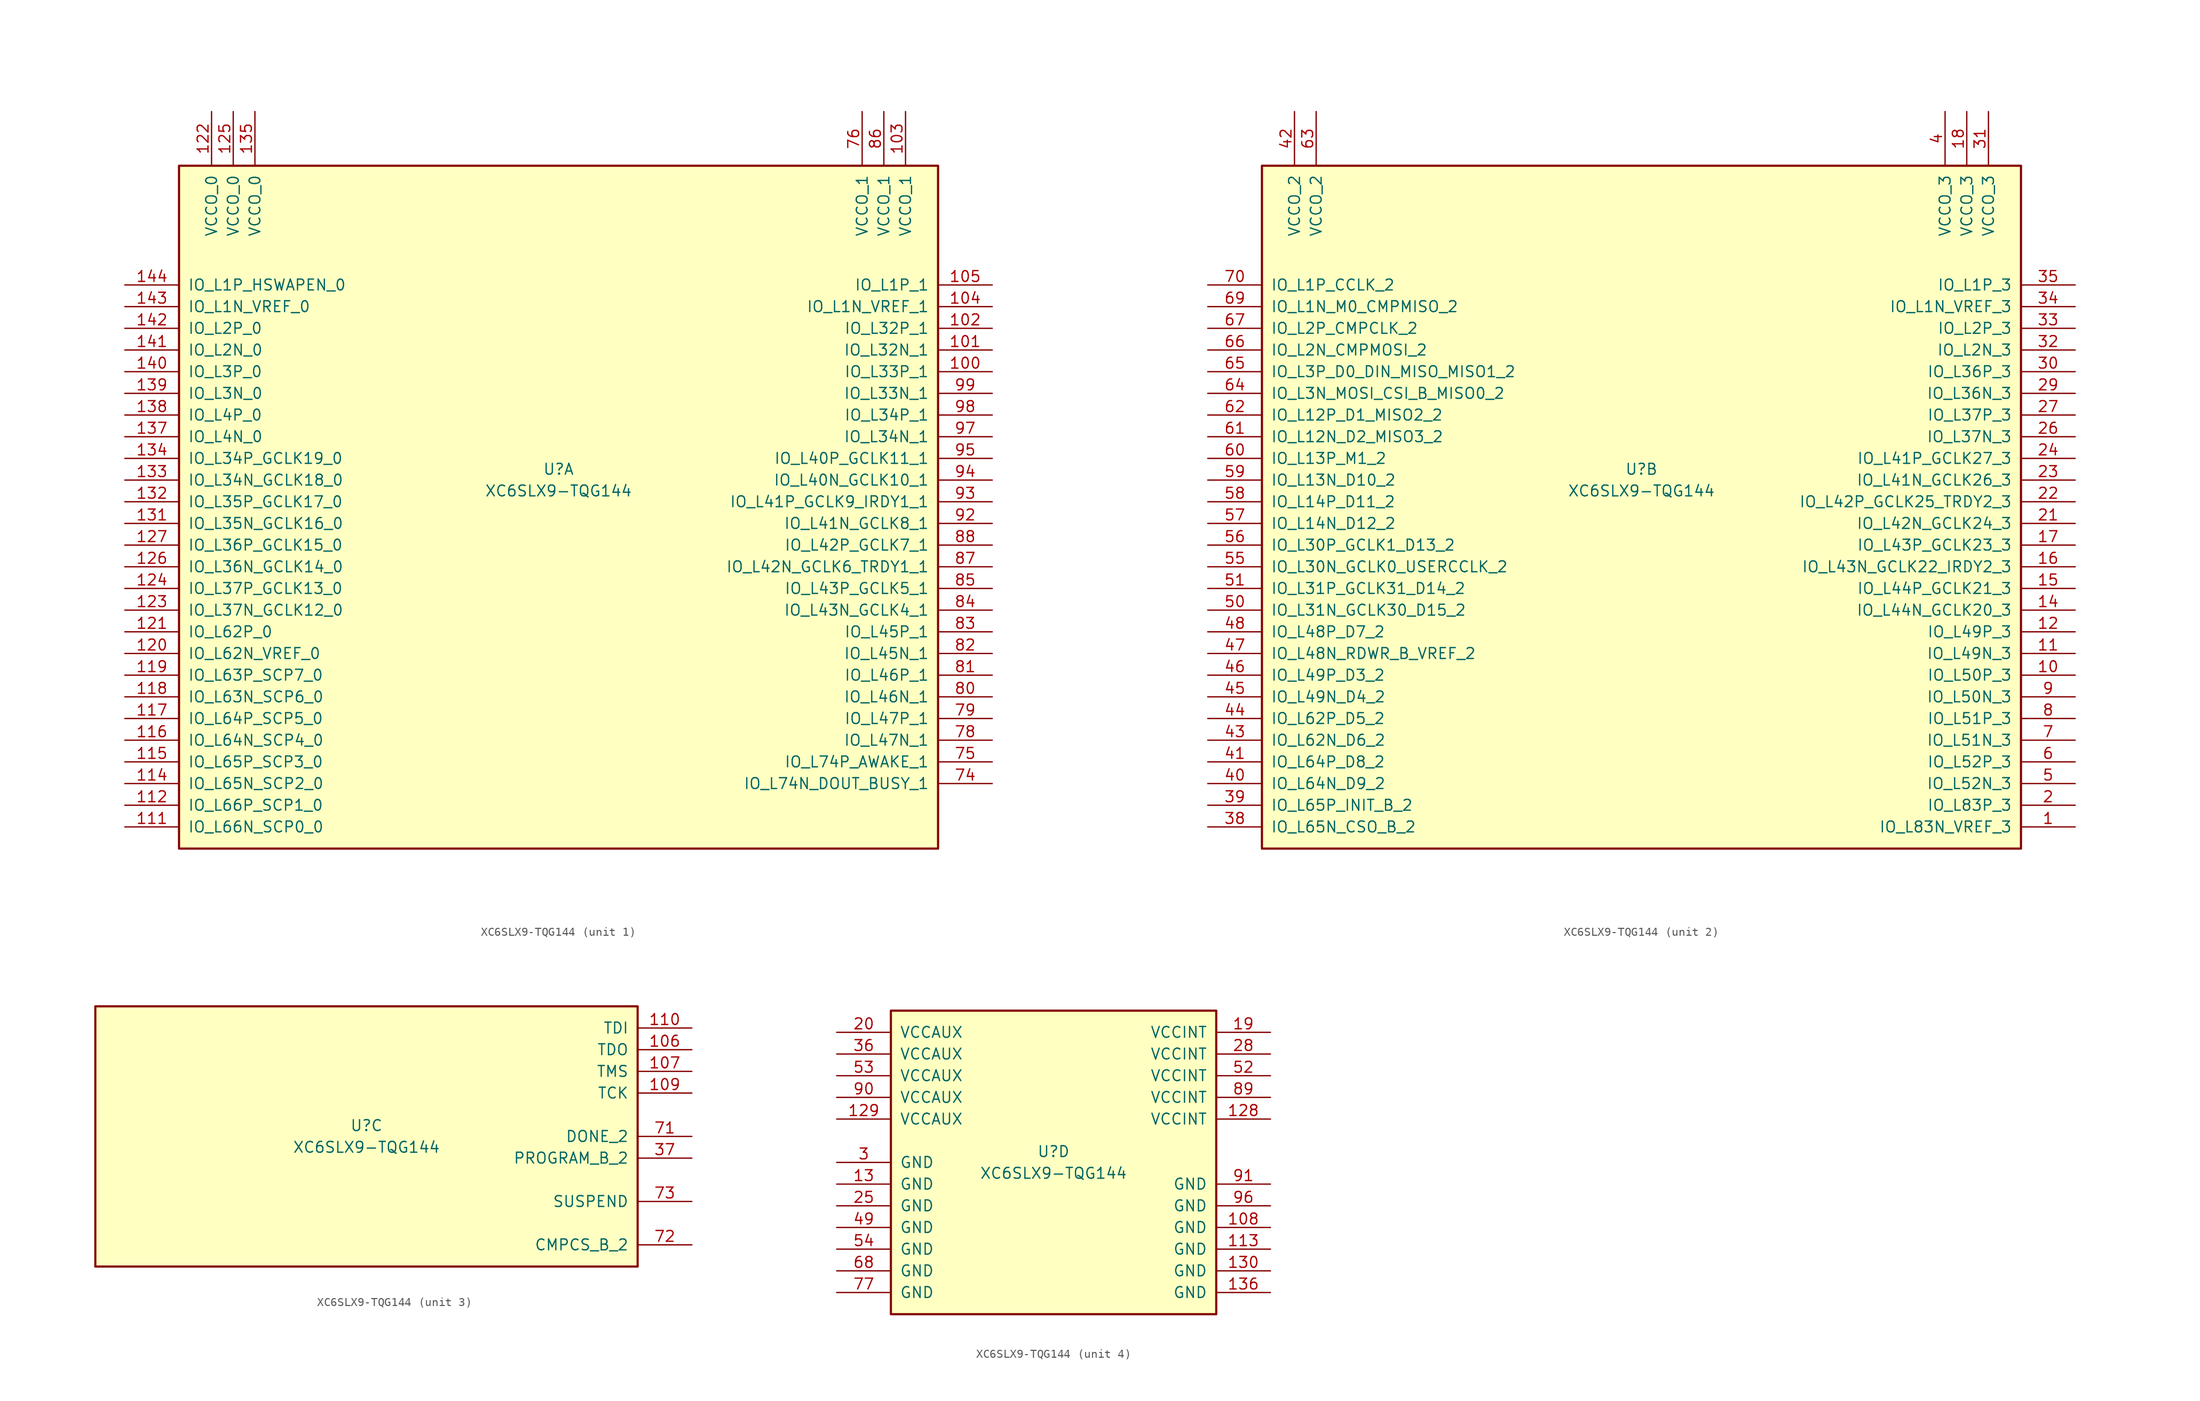
<source format=kicad_sym>
(kicad_symbol_lib
  (version 20201005)
  (generator kicad_symbol_editor)
  (symbol "XC6SLX9-TQG144"
    (pin_names
      (offset 1.016))
    (property "Reference" "U"
      (at 0 1.27 0)
      (effects (font (size 1.27 1.27))))
    (property "Value" "XC6SLX9-TQG144"
      (at 0 -1.27 0)
      (effects (font (size 1.27 1.27))))
    (property "Datasheet" ""
      (at 0 0 0)
      (effects (font (size 1.27 1.27))))
    (property "ki_locked" ""
      (at 0 0 0)
      (effects (font (size 1.27 1.27))))
    (symbol "XC6SLX9-TQG144_1_1"
      (rectangle (start -44.45 36.83) (end 44.45 -43.18) (stroke (width 0.254)) (fill (type background)))
      (pin power_in line (at -40.64 43.18 270) (length 6.35) (name "VCCO_0" (effects (font (size 1.27 1.27)))) (number "122" (effects (font (size 1.27 1.27)))))
      (pin power_in line (at -38.1 43.18 270) (length 6.35) (name "VCCO_0" (effects (font (size 1.27 1.27)))) (number "125" (effects (font (size 1.27 1.27)))))
      (pin power_in line (at -35.56 43.18 270) (length 6.35) (name "VCCO_0" (effects (font (size 1.27 1.27)))) (number "135" (effects (font (size 1.27 1.27)))))
      (pin bidirectional line (at -50.8 22.86 0) (length 6.35) (name "IO_L1P_HSWAPEN_0" (effects (font (size 1.27 1.27)))) (number "144" (effects (font (size 1.27 1.27)))))
      (pin bidirectional line (at -50.8 20.32 0) (length 6.35) (name "IO_L1N_VREF_0" (effects (font (size 1.27 1.27)))) (number "143" (effects (font (size 1.27 1.27)))))
      (pin bidirectional line (at -50.8 17.78 0) (length 6.35) (name "IO_L2P_0" (effects (font (size 1.27 1.27)))) (number "142" (effects (font (size 1.27 1.27)))))
      (pin bidirectional line (at -50.8 15.24 0) (length 6.35) (name "IO_L2N_0" (effects (font (size 1.27 1.27)))) (number "141" (effects (font (size 1.27 1.27)))))
      (pin bidirectional line (at -50.8 12.7 0) (length 6.35) (name "IO_L3P_0" (effects (font (size 1.27 1.27)))) (number "140" (effects (font (size 1.27 1.27)))))
      (pin bidirectional line (at -50.8 10.16 0) (length 6.35) (name "IO_L3N_0" (effects (font (size 1.27 1.27)))) (number "139" (effects (font (size 1.27 1.27)))))
      (pin bidirectional line (at -50.8 7.62 0) (length 6.35) (name "IO_L4P_0" (effects (font (size 1.27 1.27)))) (number "138" (effects (font (size 1.27 1.27)))))
      (pin bidirectional line (at -50.8 5.08 0) (length 6.35) (name "IO_L4N_0" (effects (font (size 1.27 1.27)))) (number "137" (effects (font (size 1.27 1.27)))))
      (pin bidirectional line (at -50.8 2.54 0) (length 6.35) (name "IO_L34P_GCLK19_0" (effects (font (size 1.27 1.27)))) (number "134" (effects (font (size 1.27 1.27)))))
      (pin bidirectional line (at -50.8 0 0) (length 6.35) (name "IO_L34N_GCLK18_0" (effects (font (size 1.27 1.27)))) (number "133" (effects (font (size 1.27 1.27)))))
      (pin bidirectional line (at -50.8 -2.54 0) (length 6.35) (name "IO_L35P_GCLK17_0" (effects (font (size 1.27 1.27)))) (number "132" (effects (font (size 1.27 1.27)))))
      (pin bidirectional line (at -50.8 -5.08 0) (length 6.35) (name "IO_L35N_GCLK16_0" (effects (font (size 1.27 1.27)))) (number "131" (effects (font (size 1.27 1.27)))))
      (pin bidirectional line (at -50.8 -7.62 0) (length 6.35) (name "IO_L36P_GCLK15_0" (effects (font (size 1.27 1.27)))) (number "127" (effects (font (size 1.27 1.27)))))
      (pin bidirectional line (at -50.8 -10.16 0) (length 6.35) (name "IO_L36N_GCLK14_0" (effects (font (size 1.27 1.27)))) (number "126" (effects (font (size 1.27 1.27)))))
      (pin bidirectional line (at -50.8 -12.7 0) (length 6.35) (name "IO_L37P_GCLK13_0" (effects (font (size 1.27 1.27)))) (number "124" (effects (font (size 1.27 1.27)))))
      (pin bidirectional line (at -50.8 -15.24 0) (length 6.35) (name "IO_L37N_GCLK12_0" (effects (font (size 1.27 1.27)))) (number "123" (effects (font (size 1.27 1.27)))))
      (pin bidirectional line (at -50.8 -17.78 0) (length 6.35) (name "IO_L62P_0" (effects (font (size 1.27 1.27)))) (number "121" (effects (font (size 1.27 1.27)))))
      (pin bidirectional line (at -50.8 -20.32 0) (length 6.35) (name "IO_L62N_VREF_0" (effects (font (size 1.27 1.27)))) (number "120" (effects (font (size 1.27 1.27)))))
      (pin bidirectional line (at -50.8 -22.86 0) (length 6.35) (name "IO_L63P_SCP7_0" (effects (font (size 1.27 1.27)))) (number "119" (effects (font (size 1.27 1.27)))))
      (pin bidirectional line (at -50.8 -25.4 0) (length 6.35) (name "IO_L63N_SCP6_0" (effects (font (size 1.27 1.27)))) (number "118" (effects (font (size 1.27 1.27)))))
      (pin bidirectional line (at -50.8 -27.94 0) (length 6.35) (name "IO_L64P_SCP5_0" (effects (font (size 1.27 1.27)))) (number "117" (effects (font (size 1.27 1.27)))))
      (pin bidirectional line (at -50.8 -30.48 0) (length 6.35) (name "IO_L64N_SCP4_0" (effects (font (size 1.27 1.27)))) (number "116" (effects (font (size 1.27 1.27)))))
      (pin bidirectional line (at -50.8 -33.02 0) (length 6.35) (name "IO_L65P_SCP3_0" (effects (font (size 1.27 1.27)))) (number "115" (effects (font (size 1.27 1.27)))))
      (pin bidirectional line (at -50.8 -35.56 0) (length 6.35) (name "IO_L65N_SCP2_0" (effects (font (size 1.27 1.27)))) (number "114" (effects (font (size 1.27 1.27)))))
      (pin bidirectional line (at -50.8 -38.1 0) (length 6.35) (name "IO_L66P_SCP1_0" (effects (font (size 1.27 1.27)))) (number "112" (effects (font (size 1.27 1.27)))))
      (pin bidirectional line (at -50.8 -40.64 0) (length 6.35) (name "IO_L66N_SCP0_0" (effects (font (size 1.27 1.27)))) (number "111" (effects (font (size 1.27 1.27)))))
      (pin power_in line (at 35.56 43.18 270) (length 6.35) (name "VCCO_1" (effects (font (size 1.27 1.27)))) (number "76" (effects (font (size 1.27 1.27)))))
      (pin power_in line (at 38.1 43.18 270) (length 6.35) (name "VCCO_1" (effects (font (size 1.27 1.27)))) (number "86" (effects (font (size 1.27 1.27)))))
      (pin power_in line (at 40.64 43.18 270) (length 6.35) (name "VCCO_1" (effects (font (size 1.27 1.27)))) (number "103" (effects (font (size 1.27 1.27)))))
      (pin bidirectional line (at 50.8 22.86 180) (length 6.35) (name "IO_L1P_1" (effects (font (size 1.27 1.27)))) (number "105" (effects (font (size 1.27 1.27)))))
      (pin bidirectional line (at 50.8 20.32 180) (length 6.35) (name "IO_L1N_VREF_1" (effects (font (size 1.27 1.27)))) (number "104" (effects (font (size 1.27 1.27)))))
      (pin bidirectional line (at 50.8 17.78 180) (length 6.35) (name "IO_L32P_1" (effects (font (size 1.27 1.27)))) (number "102" (effects (font (size 1.27 1.27)))))
      (pin bidirectional line (at 50.8 15.24 180) (length 6.35) (name "IO_L32N_1" (effects (font (size 1.27 1.27)))) (number "101" (effects (font (size 1.27 1.27)))))
      (pin bidirectional line (at 50.8 12.7 180) (length 6.35) (name "IO_L33P_1" (effects (font (size 1.27 1.27)))) (number "100" (effects (font (size 1.27 1.27)))))
      (pin bidirectional line (at 50.8 10.16 180) (length 6.35) (name "IO_L33N_1" (effects (font (size 1.27 1.27)))) (number "99" (effects (font (size 1.27 1.27)))))
      (pin bidirectional line (at 50.8 7.62 180) (length 6.35) (name "IO_L34P_1" (effects (font (size 1.27 1.27)))) (number "98" (effects (font (size 1.27 1.27)))))
      (pin bidirectional line (at 50.8 5.08 180) (length 6.35) (name "IO_L34N_1" (effects (font (size 1.27 1.27)))) (number "97" (effects (font (size 1.27 1.27)))))
      (pin bidirectional line (at 50.8 2.54 180) (length 6.35) (name "IO_L40P_GCLK11_1" (effects (font (size 1.27 1.27)))) (number "95" (effects (font (size 1.27 1.27)))))
      (pin bidirectional line (at 50.8 0 180) (length 6.35) (name "IO_L40N_GCLK10_1" (effects (font (size 1.27 1.27)))) (number "94" (effects (font (size 1.27 1.27)))))
      (pin bidirectional line (at 50.8 -2.54 180) (length 6.35) (name "IO_L41P_GCLK9_IRDY1_1" (effects (font (size 1.27 1.27)))) (number "93" (effects (font (size 1.27 1.27)))))
      (pin bidirectional line (at 50.8 -5.08 180) (length 6.35) (name "IO_L41N_GCLK8_1" (effects (font (size 1.27 1.27)))) (number "92" (effects (font (size 1.27 1.27)))))
      (pin bidirectional line (at 50.8 -7.62 180) (length 6.35) (name "IO_L42P_GCLK7_1" (effects (font (size 1.27 1.27)))) (number "88" (effects (font (size 1.27 1.27)))))
      (pin bidirectional line (at 50.8 -10.16 180) (length 6.35) (name "IO_L42N_GCLK6_TRDY1_1" (effects (font (size 1.27 1.27)))) (number "87" (effects (font (size 1.27 1.27)))))
      (pin bidirectional line (at 50.8 -12.7 180) (length 6.35) (name "IO_L43P_GCLK5_1" (effects (font (size 1.27 1.27)))) (number "85" (effects (font (size 1.27 1.27)))))
      (pin bidirectional line (at 50.8 -15.24 180) (length 6.35) (name "IO_L43N_GCLK4_1" (effects (font (size 1.27 1.27)))) (number "84" (effects (font (size 1.27 1.27)))))
      (pin bidirectional line (at 50.8 -17.78 180) (length 6.35) (name "IO_L45P_1" (effects (font (size 1.27 1.27)))) (number "83" (effects (font (size 1.27 1.27)))))
      (pin bidirectional line (at 50.8 -20.32 180) (length 6.35) (name "IO_L45N_1" (effects (font (size 1.27 1.27)))) (number "82" (effects (font (size 1.27 1.27)))))
      (pin bidirectional line (at 50.8 -22.86 180) (length 6.35) (name "IO_L46P_1" (effects (font (size 1.27 1.27)))) (number "81" (effects (font (size 1.27 1.27)))))
      (pin bidirectional line (at 50.8 -25.4 180) (length 6.35) (name "IO_L46N_1" (effects (font (size 1.27 1.27)))) (number "80" (effects (font (size 1.27 1.27)))))
      (pin bidirectional line (at 50.8 -27.94 180) (length 6.35) (name "IO_L47P_1" (effects (font (size 1.27 1.27)))) (number "79" (effects (font (size 1.27 1.27)))))
      (pin bidirectional line (at 50.8 -30.48 180) (length 6.35) (name "IO_L47N_1" (effects (font (size 1.27 1.27)))) (number "78" (effects (font (size 1.27 1.27)))))
      (pin bidirectional line (at 50.8 -33.02 180) (length 6.35) (name "IO_L74P_AWAKE_1" (effects (font (size 1.27 1.27)))) (number "75" (effects (font (size 1.27 1.27)))))
      (pin bidirectional line (at 50.8 -35.56 180) (length 6.35) (name "IO_L74N_DOUT_BUSY_1" (effects (font (size 1.27 1.27)))) (number "74" (effects (font (size 1.27 1.27))))))
    (symbol "XC6SLX9-TQG144_2_1"
      (rectangle (start -44.45 36.83) (end 44.45 -43.18) (stroke (width 0.254)) (fill (type background)))
      (pin power_in line (at -40.64 43.18 270) (length 6.35) (name "VCCO_2" (effects (font (size 1.27 1.27)))) (number "42" (effects (font (size 1.27 1.27)))))
      (pin power_in line (at -38.1 43.18 270) (length 6.35) (name "VCCO_2" (effects (font (size 1.27 1.27)))) (number "63" (effects (font (size 1.27 1.27)))))
      (pin bidirectional line (at -50.8 22.86 0) (length 6.35) (name "IO_L1P_CCLK_2" (effects (font (size 1.27 1.27)))) (number "70" (effects (font (size 1.27 1.27)))))
      (pin bidirectional line (at -50.8 20.32 0) (length 6.35) (name "IO_L1N_M0_CMPMISO_2" (effects (font (size 1.27 1.27)))) (number "69" (effects (font (size 1.27 1.27)))))
      (pin bidirectional line (at -50.8 17.78 0) (length 6.35) (name "IO_L2P_CMPCLK_2" (effects (font (size 1.27 1.27)))) (number "67" (effects (font (size 1.27 1.27)))))
      (pin bidirectional line (at -50.8 15.24 0) (length 6.35) (name "IO_L2N_CMPMOSI_2" (effects (font (size 1.27 1.27)))) (number "66" (effects (font (size 1.27 1.27)))))
      (pin bidirectional line (at -50.8 12.7 0) (length 6.35) (name "IO_L3P_D0_DIN_MISO_MISO1_2" (effects (font (size 1.27 1.27)))) (number "65" (effects (font (size 1.27 1.27)))))
      (pin bidirectional line (at -50.8 10.16 0) (length 6.35) (name "IO_L3N_MOSI_CSI_B_MISO0_2" (effects (font (size 1.27 1.27)))) (number "64" (effects (font (size 1.27 1.27)))))
      (pin bidirectional line (at -50.8 7.62 0) (length 6.35) (name "IO_L12P_D1_MISO2_2" (effects (font (size 1.27 1.27)))) (number "62" (effects (font (size 1.27 1.27)))))
      (pin bidirectional line (at -50.8 5.08 0) (length 6.35) (name "IO_L12N_D2_MISO3_2" (effects (font (size 1.27 1.27)))) (number "61" (effects (font (size 1.27 1.27)))))
      (pin bidirectional line (at -50.8 2.54 0) (length 6.35) (name "IO_L13P_M1_2" (effects (font (size 1.27 1.27)))) (number "60" (effects (font (size 1.27 1.27)))))
      (pin bidirectional line (at -50.8 0 0) (length 6.35) (name "IO_L13N_D10_2" (effects (font (size 1.27 1.27)))) (number "59" (effects (font (size 1.27 1.27)))))
      (pin bidirectional line (at -50.8 -2.54 0) (length 6.35) (name "IO_L14P_D11_2" (effects (font (size 1.27 1.27)))) (number "58" (effects (font (size 1.27 1.27)))))
      (pin bidirectional line (at -50.8 -5.08 0) (length 6.35) (name "IO_L14N_D12_2" (effects (font (size 1.27 1.27)))) (number "57" (effects (font (size 1.27 1.27)))))
      (pin bidirectional line (at -50.8 -7.62 0) (length 6.35) (name "IO_L30P_GCLK1_D13_2" (effects (font (size 1.27 1.27)))) (number "56" (effects (font (size 1.27 1.27)))))
      (pin bidirectional line (at -50.8 -10.16 0) (length 6.35) (name "IO_L30N_GCLK0_USERCCLK_2" (effects (font (size 1.27 1.27)))) (number "55" (effects (font (size 1.27 1.27)))))
      (pin bidirectional line (at -50.8 -12.7 0) (length 6.35) (name "IO_L31P_GCLK31_D14_2" (effects (font (size 1.27 1.27)))) (number "51" (effects (font (size 1.27 1.27)))))
      (pin bidirectional line (at -50.8 -15.24 0) (length 6.35) (name "IO_L31N_GCLK30_D15_2" (effects (font (size 1.27 1.27)))) (number "50" (effects (font (size 1.27 1.27)))))
      (pin bidirectional line (at -50.8 -17.78 0) (length 6.35) (name "IO_L48P_D7_2" (effects (font (size 1.27 1.27)))) (number "48" (effects (font (size 1.27 1.27)))))
      (pin bidirectional line (at -50.8 -20.32 0) (length 6.35) (name "IO_L48N_RDWR_B_VREF_2" (effects (font (size 1.27 1.27)))) (number "47" (effects (font (size 1.27 1.27)))))
      (pin bidirectional line (at -50.8 -22.86 0) (length 6.35) (name "IO_L49P_D3_2" (effects (font (size 1.27 1.27)))) (number "46" (effects (font (size 1.27 1.27)))))
      (pin bidirectional line (at -50.8 -25.4 0) (length 6.35) (name "IO_L49N_D4_2" (effects (font (size 1.27 1.27)))) (number "45" (effects (font (size 1.27 1.27)))))
      (pin bidirectional line (at -50.8 -27.94 0) (length 6.35) (name "IO_L62P_D5_2" (effects (font (size 1.27 1.27)))) (number "44" (effects (font (size 1.27 1.27)))))
      (pin bidirectional line (at -50.8 -30.48 0) (length 6.35) (name "IO_L62N_D6_2" (effects (font (size 1.27 1.27)))) (number "43" (effects (font (size 1.27 1.27)))))
      (pin bidirectional line (at -50.8 -33.02 0) (length 6.35) (name "IO_L64P_D8_2" (effects (font (size 1.27 1.27)))) (number "41" (effects (font (size 1.27 1.27)))))
      (pin bidirectional line (at -50.8 -35.56 0) (length 6.35) (name "IO_L64N_D9_2" (effects (font (size 1.27 1.27)))) (number "40" (effects (font (size 1.27 1.27)))))
      (pin bidirectional line (at -50.8 -38.1 0) (length 6.35) (name "IO_L65P_INIT_B_2" (effects (font (size 1.27 1.27)))) (number "39" (effects (font (size 1.27 1.27)))))
      (pin bidirectional line (at -50.8 -40.64 0) (length 6.35) (name "IO_L65N_CSO_B_2" (effects (font (size 1.27 1.27)))) (number "38" (effects (font (size 1.27 1.27)))))
      (pin power_in line (at 35.56 43.18 270) (length 6.35) (name "VCCO_3" (effects (font (size 1.27 1.27)))) (number "4" (effects (font (size 1.27 1.27)))))
      (pin power_in line (at 38.1 43.18 270) (length 6.35) (name "VCCO_3" (effects (font (size 1.27 1.27)))) (number "18" (effects (font (size 1.27 1.27)))))
      (pin power_in line (at 40.64 43.18 270) (length 6.35) (name "VCCO_3" (effects (font (size 1.27 1.27)))) (number "31" (effects (font (size 1.27 1.27)))))
      (pin bidirectional line (at 50.8 22.86 180) (length 6.35) (name "IO_L1P_3" (effects (font (size 1.27 1.27)))) (number "35" (effects (font (size 1.27 1.27)))))
      (pin bidirectional line (at 50.8 20.32 180) (length 6.35) (name "IO_L1N_VREF_3" (effects (font (size 1.27 1.27)))) (number "34" (effects (font (size 1.27 1.27)))))
      (pin bidirectional line (at 50.8 17.78 180) (length 6.35) (name "IO_L2P_3" (effects (font (size 1.27 1.27)))) (number "33" (effects (font (size 1.27 1.27)))))
      (pin bidirectional line (at 50.8 15.24 180) (length 6.35) (name "IO_L2N_3" (effects (font (size 1.27 1.27)))) (number "32" (effects (font (size 1.27 1.27)))))
      (pin bidirectional line (at 50.8 12.7 180) (length 6.35) (name "IO_L36P_3" (effects (font (size 1.27 1.27)))) (number "30" (effects (font (size 1.27 1.27)))))
      (pin bidirectional line (at 50.8 10.16 180) (length 6.35) (name "IO_L36N_3" (effects (font (size 1.27 1.27)))) (number "29" (effects (font (size 1.27 1.27)))))
      (pin bidirectional line (at 50.8 7.62 180) (length 6.35) (name "IO_L37P_3" (effects (font (size 1.27 1.27)))) (number "27" (effects (font (size 1.27 1.27)))))
      (pin bidirectional line (at 50.8 5.08 180) (length 6.35) (name "IO_L37N_3" (effects (font (size 1.27 1.27)))) (number "26" (effects (font (size 1.27 1.27)))))
      (pin bidirectional line (at 50.8 2.54 180) (length 6.35) (name "IO_L41P_GCLK27_3" (effects (font (size 1.27 1.27)))) (number "24" (effects (font (size 1.27 1.27)))))
      (pin bidirectional line (at 50.8 0 180) (length 6.35) (name "IO_L41N_GCLK26_3" (effects (font (size 1.27 1.27)))) (number "23" (effects (font (size 1.27 1.27)))))
      (pin bidirectional line (at 50.8 -2.54 180) (length 6.35) (name "IO_L42P_GCLK25_TRDY2_3" (effects (font (size 1.27 1.27)))) (number "22" (effects (font (size 1.27 1.27)))))
      (pin bidirectional line (at 50.8 -5.08 180) (length 6.35) (name "IO_L42N_GCLK24_3" (effects (font (size 1.27 1.27)))) (number "21" (effects (font (size 1.27 1.27)))))
      (pin bidirectional line (at 50.8 -7.62 180) (length 6.35) (name "IO_L43P_GCLK23_3" (effects (font (size 1.27 1.27)))) (number "17" (effects (font (size 1.27 1.27)))))
      (pin bidirectional line (at 50.8 -10.16 180) (length 6.35) (name "IO_L43N_GCLK22_IRDY2_3" (effects (font (size 1.27 1.27)))) (number "16" (effects (font (size 1.27 1.27)))))
      (pin bidirectional line (at 50.8 -12.7 180) (length 6.35) (name "IO_L44P_GCLK21_3" (effects (font (size 1.27 1.27)))) (number "15" (effects (font (size 1.27 1.27)))))
      (pin bidirectional line (at 50.8 -15.24 180) (length 6.35) (name "IO_L44N_GCLK20_3" (effects (font (size 1.27 1.27)))) (number "14" (effects (font (size 1.27 1.27)))))
      (pin bidirectional line (at 50.8 -17.78 180) (length 6.35) (name "IO_L49P_3" (effects (font (size 1.27 1.27)))) (number "12" (effects (font (size 1.27 1.27)))))
      (pin bidirectional line (at 50.8 -20.32 180) (length 6.35) (name "IO_L49N_3" (effects (font (size 1.27 1.27)))) (number "11" (effects (font (size 1.27 1.27)))))
      (pin bidirectional line (at 50.8 -22.86 180) (length 6.35) (name "IO_L50P_3" (effects (font (size 1.27 1.27)))) (number "10" (effects (font (size 1.27 1.27)))))
      (pin bidirectional line (at 50.8 -25.4 180) (length 6.35) (name "IO_L50N_3" (effects (font (size 1.27 1.27)))) (number "9" (effects (font (size 1.27 1.27)))))
      (pin bidirectional line (at 50.8 -27.94 180) (length 6.35) (name "IO_L51P_3" (effects (font (size 1.27 1.27)))) (number "8" (effects (font (size 1.27 1.27)))))
      (pin bidirectional line (at 50.8 -30.48 180) (length 6.35) (name "IO_L51N_3" (effects (font (size 1.27 1.27)))) (number "7" (effects (font (size 1.27 1.27)))))
      (pin bidirectional line (at 50.8 -33.02 180) (length 6.35) (name "IO_L52P_3" (effects (font (size 1.27 1.27)))) (number "6" (effects (font (size 1.27 1.27)))))
      (pin bidirectional line (at 50.8 -35.56 180) (length 6.35) (name "IO_L52N_3" (effects (font (size 1.27 1.27)))) (number "5" (effects (font (size 1.27 1.27)))))
      (pin bidirectional line (at 50.8 -38.1 180) (length 6.35) (name "IO_L83P_3" (effects (font (size 1.27 1.27)))) (number "2" (effects (font (size 1.27 1.27)))))
      (pin bidirectional line (at 50.8 -40.64 180) (length 6.35) (name "IO_L83N_VREF_3" (effects (font (size 1.27 1.27)))) (number "1" (effects (font (size 1.27 1.27))))))
    (symbol "XC6SLX9-TQG144_3_1"
      (rectangle (start -31.75 15.24) (end 31.75 -15.24) (stroke (width 0.254)) (fill (type background)))
      (pin bidirectional line (at 38.1 12.7 180) (length 6.35) (name "TDI" (effects (font (size 1.27 1.27)))) (number "110" (effects (font (size 1.27 1.27)))))
      (pin bidirectional line (at 38.1 10.16 180) (length 6.35) (name "TDO" (effects (font (size 1.27 1.27)))) (number "106" (effects (font (size 1.27 1.27)))))
      (pin bidirectional line (at 38.1 7.62 180) (length 6.35) (name "TMS" (effects (font (size 1.27 1.27)))) (number "107" (effects (font (size 1.27 1.27)))))
      (pin bidirectional line (at 38.1 5.08 180) (length 6.35) (name "TCK" (effects (font (size 1.27 1.27)))) (number "109" (effects (font (size 1.27 1.27)))))
      (pin bidirectional line (at 38.1 0 180) (length 6.35) (name "DONE_2" (effects (font (size 1.27 1.27)))) (number "71" (effects (font (size 1.27 1.27)))))
      (pin bidirectional line (at 38.1 -2.54 180) (length 6.35) (name "PROGRAM_B_2" (effects (font (size 1.27 1.27)))) (number "37" (effects (font (size 1.27 1.27)))))
      (pin bidirectional line (at 38.1 -7.62 180) (length 6.35) (name "SUSPEND" (effects (font (size 1.27 1.27)))) (number "73" (effects (font (size 1.27 1.27)))))
      (pin bidirectional line (at 38.1 -12.7 180) (length 6.35) (name "CMPCS_B_2" (effects (font (size 1.27 1.27)))) (number "72" (effects (font (size 1.27 1.27))))))
    (symbol "XC6SLX9-TQG144_4_1"
      (rectangle (start -19.05 17.78) (end 19.05 -17.78) (stroke (width 0.254)) (fill (type background)))
      (pin power_in line (at -25.4 15.24 0) (length 6.35) (name "VCCAUX" (effects (font (size 1.27 1.27)))) (number "20" (effects (font (size 1.27 1.27)))))
      (pin power_in line (at -25.4 12.7 0) (length 6.35) (name "VCCAUX" (effects (font (size 1.27 1.27)))) (number "36" (effects (font (size 1.27 1.27)))))
      (pin power_in line (at -25.4 10.16 0) (length 6.35) (name "VCCAUX" (effects (font (size 1.27 1.27)))) (number "53" (effects (font (size 1.27 1.27)))))
      (pin power_in line (at -25.4 7.62 0) (length 6.35) (name "VCCAUX" (effects (font (size 1.27 1.27)))) (number "90" (effects (font (size 1.27 1.27)))))
      (pin power_in line (at -25.4 5.08 0) (length 6.35) (name "VCCAUX" (effects (font (size 1.27 1.27)))) (number "129" (effects (font (size 1.27 1.27)))))
      (pin power_in line (at -25.4 0 0) (length 6.35) (name "GND" (effects (font (size 1.27 1.27)))) (number "3" (effects (font (size 1.27 1.27)))))
      (pin power_in line (at -25.4 -2.54 0) (length 6.35) (name "GND" (effects (font (size 1.27 1.27)))) (number "13" (effects (font (size 1.27 1.27)))))
      (pin power_in line (at -25.4 -5.08 0) (length 6.35) (name "GND" (effects (font (size 1.27 1.27)))) (number "25" (effects (font (size 1.27 1.27)))))
      (pin power_in line (at -25.4 -7.62 0) (length 6.35) (name "GND" (effects (font (size 1.27 1.27)))) (number "49" (effects (font (size 1.27 1.27)))))
      (pin power_in line (at -25.4 -10.16 0) (length 6.35) (name "GND" (effects (font (size 1.27 1.27)))) (number "54" (effects (font (size 1.27 1.27)))))
      (pin power_in line (at -25.4 -12.7 0) (length 6.35) (name "GND" (effects (font (size 1.27 1.27)))) (number "68" (effects (font (size 1.27 1.27)))))
      (pin power_in line (at -25.4 -15.24 0) (length 6.35) (name "GND" (effects (font (size 1.27 1.27)))) (number "77" (effects (font (size 1.27 1.27)))))
      (pin power_in line (at 25.4 15.24 180) (length 6.35) (name "VCCINT" (effects (font (size 1.27 1.27)))) (number "19" (effects (font (size 1.27 1.27)))))
      (pin power_in line (at 25.4 12.7 180) (length 6.35) (name "VCCINT" (effects (font (size 1.27 1.27)))) (number "28" (effects (font (size 1.27 1.27)))))
      (pin power_in line (at 25.4 10.16 180) (length 6.35) (name "VCCINT" (effects (font (size 1.27 1.27)))) (number "52" (effects (font (size 1.27 1.27)))))
      (pin power_in line (at 25.4 7.62 180) (length 6.35) (name "VCCINT" (effects (font (size 1.27 1.27)))) (number "89" (effects (font (size 1.27 1.27)))))
      (pin power_in line (at 25.4 5.08 180) (length 6.35) (name "VCCINT" (effects (font (size 1.27 1.27)))) (number "128" (effects (font (size 1.27 1.27)))))
      (pin power_in line (at 25.4 -2.54 180) (length 6.35) (name "GND" (effects (font (size 1.27 1.27)))) (number "91" (effects (font (size 1.27 1.27)))))
      (pin power_in line (at 25.4 -5.08 180) (length 6.35) (name "GND" (effects (font (size 1.27 1.27)))) (number "96" (effects (font (size 1.27 1.27)))))
      (pin power_in line (at 25.4 -7.62 180) (length 6.35) (name "GND" (effects (font (size 1.27 1.27)))) (number "108" (effects (font (size 1.27 1.27)))))
      (pin power_in line (at 25.4 -10.16 180) (length 6.35) (name "GND" (effects (font (size 1.27 1.27)))) (number "113" (effects (font (size 1.27 1.27)))))
      (pin power_in line (at 25.4 -12.7 180) (length 6.35) (name "GND" (effects (font (size 1.27 1.27)))) (number "130" (effects (font (size 1.27 1.27)))))
      (pin power_in line (at 25.4 -15.24 180) (length 6.35) (name "GND" (effects (font (size 1.27 1.27)))) (number "136" (effects (font (size 1.27 1.27))))))))
</source>
